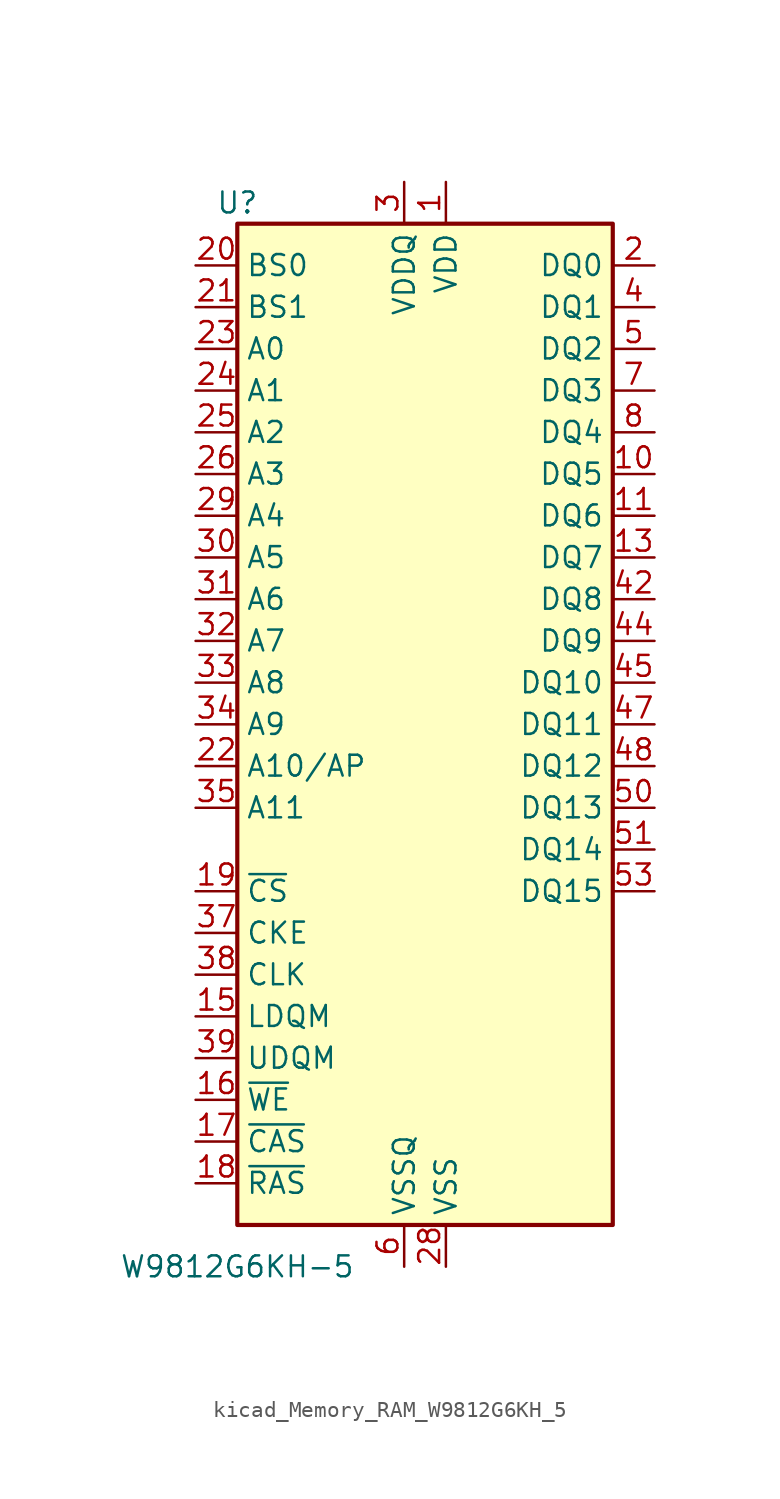
<source format=kicad_sym>
(kicad_symbol_lib
  (version 20220914)
  (generator kicad_symbol_editor)
  (symbol "kicad_Memory_RAM_W9812G6KH_5"
    (property "Reference" "U"
      (at -10.16 31.75 0)
      (effects (font (size 1.27 1.27))))
    (property "Value" "W9812G6KH-5"
      (at -10.16 -33.02 0)
      (effects (font (size 1.27 1.27))))
    (symbol "kicad_Memory_RAM_W9812G6KH_5_1_1"
      (rectangle (start -10.16 30.48) (end 12.7 -30.48) (stroke (width 0.254) (type default)) (fill (type background)))
      (pin power_in line (at 2.54 33.02 270) (length 2.54) (name "VDD" (effects (font (size 1.27 1.27)))) (number "1" (effects (font (size 1.27 1.27)))))
      (pin bidirectional line (at 15.24 15.24 180) (length 2.54) (name "DQ5" (effects (font (size 1.27 1.27)))) (number "10" (effects (font (size 1.27 1.27)))))
      (pin bidirectional line (at 15.24 12.7 180) (length 2.54) (name "DQ6" (effects (font (size 1.27 1.27)))) (number "11" (effects (font (size 1.27 1.27)))))
      (pin passive line (at 0 -33.02 90) (length 2.54) hide (name "VSSQ" (effects (font (size 1.27 1.27)))) (number "12" (effects (font (size 1.27 1.27)))))
      (pin bidirectional line (at 15.24 10.16 180) (length 2.54) (name "DQ7" (effects (font (size 1.27 1.27)))) (number "13" (effects (font (size 1.27 1.27)))))
      (pin passive line (at 2.54 33.02 270) (length 2.54) hide (name "VDD" (effects (font (size 1.27 1.27)))) (number "14" (effects (font (size 1.27 1.27)))))
      (pin input line (at -12.7 -17.78 0) (length 2.54) (name "LDQM" (effects (font (size 1.27 1.27)))) (number "15" (effects (font (size 1.27 1.27)))))
      (pin input line (at -12.7 -22.86 0) (length 2.54) (name "~{WE}" (effects (font (size 1.27 1.27)))) (number "16" (effects (font (size 1.27 1.27)))))
      (pin input line (at -12.7 -25.4 0) (length 2.54) (name "~{CAS}" (effects (font (size 1.27 1.27)))) (number "17" (effects (font (size 1.27 1.27)))))
      (pin input line (at -12.7 -27.94 0) (length 2.54) (name "~{RAS}" (effects (font (size 1.27 1.27)))) (number "18" (effects (font (size 1.27 1.27)))))
      (pin input line (at -12.7 -10.16 0) (length 2.54) (name "~{CS}" (effects (font (size 1.27 1.27)))) (number "19" (effects (font (size 1.27 1.27)))))
      (pin bidirectional line (at 15.24 27.94 180) (length 2.54) (name "DQ0" (effects (font (size 1.27 1.27)))) (number "2" (effects (font (size 1.27 1.27)))))
      (pin input line (at -12.7 27.94 0) (length 2.54) (name "BS0" (effects (font (size 1.27 1.27)))) (number "20" (effects (font (size 1.27 1.27)))))
      (pin input line (at -12.7 25.4 0) (length 2.54) (name "BS1" (effects (font (size 1.27 1.27)))) (number "21" (effects (font (size 1.27 1.27)))))
      (pin input line (at -12.7 -2.54 0) (length 2.54) (name "A10/AP" (effects (font (size 1.27 1.27)))) (number "22" (effects (font (size 1.27 1.27)))))
      (pin input line (at -12.7 22.86 0) (length 2.54) (name "A0" (effects (font (size 1.27 1.27)))) (number "23" (effects (font (size 1.27 1.27)))))
      (pin input line (at -12.7 20.32 0) (length 2.54) (name "A1" (effects (font (size 1.27 1.27)))) (number "24" (effects (font (size 1.27 1.27)))))
      (pin input line (at -12.7 17.78 0) (length 2.54) (name "A2" (effects (font (size 1.27 1.27)))) (number "25" (effects (font (size 1.27 1.27)))))
      (pin input line (at -12.7 15.24 0) (length 2.54) (name "A3" (effects (font (size 1.27 1.27)))) (number "26" (effects (font (size 1.27 1.27)))))
      (pin passive line (at 2.54 33.02 270) (length 2.54) hide (name "VDD" (effects (font (size 1.27 1.27)))) (number "27" (effects (font (size 1.27 1.27)))))
      (pin power_in line (at 2.54 -33.02 90) (length 2.54) (name "VSS" (effects (font (size 1.27 1.27)))) (number "28" (effects (font (size 1.27 1.27)))))
      (pin input line (at -12.7 12.7 0) (length 2.54) (name "A4" (effects (font (size 1.27 1.27)))) (number "29" (effects (font (size 1.27 1.27)))))
      (pin power_in line (at 0 33.02 270) (length 2.54) (name "VDDQ" (effects (font (size 1.27 1.27)))) (number "3" (effects (font (size 1.27 1.27)))))
      (pin input line (at -12.7 10.16 0) (length 2.54) (name "A5" (effects (font (size 1.27 1.27)))) (number "30" (effects (font (size 1.27 1.27)))))
      (pin input line (at -12.7 7.62 0) (length 2.54) (name "A6" (effects (font (size 1.27 1.27)))) (number "31" (effects (font (size 1.27 1.27)))))
      (pin input line (at -12.7 5.08 0) (length 2.54) (name "A7" (effects (font (size 1.27 1.27)))) (number "32" (effects (font (size 1.27 1.27)))))
      (pin input line (at -12.7 2.54 0) (length 2.54) (name "A8" (effects (font (size 1.27 1.27)))) (number "33" (effects (font (size 1.27 1.27)))))
      (pin input line (at -12.7 0 0) (length 2.54) (name "A9" (effects (font (size 1.27 1.27)))) (number "34" (effects (font (size 1.27 1.27)))))
      (pin input line (at -12.7 -5.08 0) (length 2.54) (name "A11" (effects (font (size 1.27 1.27)))) (number "35" (effects (font (size 1.27 1.27)))))
      (pin no_connect line (at 12.7 -15.24 180) (length 2.54) hide (name "NC" (effects (font (size 1.27 1.27)))) (number "36" (effects (font (size 1.27 1.27)))))
      (pin input line (at -12.7 -12.7 0) (length 2.54) (name "CKE" (effects (font (size 1.27 1.27)))) (number "37" (effects (font (size 1.27 1.27)))))
      (pin input line (at -12.7 -15.24 0) (length 2.54) (name "CLK" (effects (font (size 1.27 1.27)))) (number "38" (effects (font (size 1.27 1.27)))))
      (pin input line (at -12.7 -20.32 0) (length 2.54) (name "UDQM" (effects (font (size 1.27 1.27)))) (number "39" (effects (font (size 1.27 1.27)))))
      (pin bidirectional line (at 15.24 25.4 180) (length 2.54) (name "DQ1" (effects (font (size 1.27 1.27)))) (number "4" (effects (font (size 1.27 1.27)))))
      (pin no_connect line (at 12.7 -17.78 180) (length 2.54) hide (name "NC" (effects (font (size 1.27 1.27)))) (number "40" (effects (font (size 1.27 1.27)))))
      (pin passive line (at 2.54 -33.02 90) (length 2.54) hide (name "VSS" (effects (font (size 1.27 1.27)))) (number "41" (effects (font (size 1.27 1.27)))))
      (pin bidirectional line (at 15.24 7.62 180) (length 2.54) (name "DQ8" (effects (font (size 1.27 1.27)))) (number "42" (effects (font (size 1.27 1.27)))))
      (pin passive line (at 0 33.02 270) (length 2.54) hide (name "VDDQ" (effects (font (size 1.27 1.27)))) (number "43" (effects (font (size 1.27 1.27)))))
      (pin bidirectional line (at 15.24 5.08 180) (length 2.54) (name "DQ9" (effects (font (size 1.27 1.27)))) (number "44" (effects (font (size 1.27 1.27)))))
      (pin bidirectional line (at 15.24 2.54 180) (length 2.54) (name "DQ10" (effects (font (size 1.27 1.27)))) (number "45" (effects (font (size 1.27 1.27)))))
      (pin passive line (at 0 -33.02 90) (length 2.54) hide (name "VSSQ" (effects (font (size 1.27 1.27)))) (number "46" (effects (font (size 1.27 1.27)))))
      (pin bidirectional line (at 15.24 0 180) (length 2.54) (name "DQ11" (effects (font (size 1.27 1.27)))) (number "47" (effects (font (size 1.27 1.27)))))
      (pin bidirectional line (at 15.24 -2.54 180) (length 2.54) (name "DQ12" (effects (font (size 1.27 1.27)))) (number "48" (effects (font (size 1.27 1.27)))))
      (pin passive line (at 0 33.02 270) (length 2.54) hide (name "VDDQ" (effects (font (size 1.27 1.27)))) (number "49" (effects (font (size 1.27 1.27)))))
      (pin bidirectional line (at 15.24 22.86 180) (length 2.54) (name "DQ2" (effects (font (size 1.27 1.27)))) (number "5" (effects (font (size 1.27 1.27)))))
      (pin bidirectional line (at 15.24 -5.08 180) (length 2.54) (name "DQ13" (effects (font (size 1.27 1.27)))) (number "50" (effects (font (size 1.27 1.27)))))
      (pin bidirectional line (at 15.24 -7.62 180) (length 2.54) (name "DQ14" (effects (font (size 1.27 1.27)))) (number "51" (effects (font (size 1.27 1.27)))))
      (pin passive line (at 0 -33.02 90) (length 2.54) hide (name "VSSQ" (effects (font (size 1.27 1.27)))) (number "52" (effects (font (size 1.27 1.27)))))
      (pin bidirectional line (at 15.24 -10.16 180) (length 2.54) (name "DQ15" (effects (font (size 1.27 1.27)))) (number "53" (effects (font (size 1.27 1.27)))))
      (pin passive line (at 2.54 -33.02 90) (length 2.54) hide (name "VSS" (effects (font (size 1.27 1.27)))) (number "54" (effects (font (size 1.27 1.27)))))
      (pin power_in line (at 0 -33.02 90) (length 2.54) (name "VSSQ" (effects (font (size 1.27 1.27)))) (number "6" (effects (font (size 1.27 1.27)))))
      (pin bidirectional line (at 15.24 20.32 180) (length 2.54) (name "DQ3" (effects (font (size 1.27 1.27)))) (number "7" (effects (font (size 1.27 1.27)))))
      (pin bidirectional line (at 15.24 17.78 180) (length 2.54) (name "DQ4" (effects (font (size 1.27 1.27)))) (number "8" (effects (font (size 1.27 1.27)))))
      (pin passive line (at 0 33.02 270) (length 2.54) hide (name "VDDQ" (effects (font (size 1.27 1.27)))) (number "9" (effects (font (size 1.27 1.27))))))))
</source>
